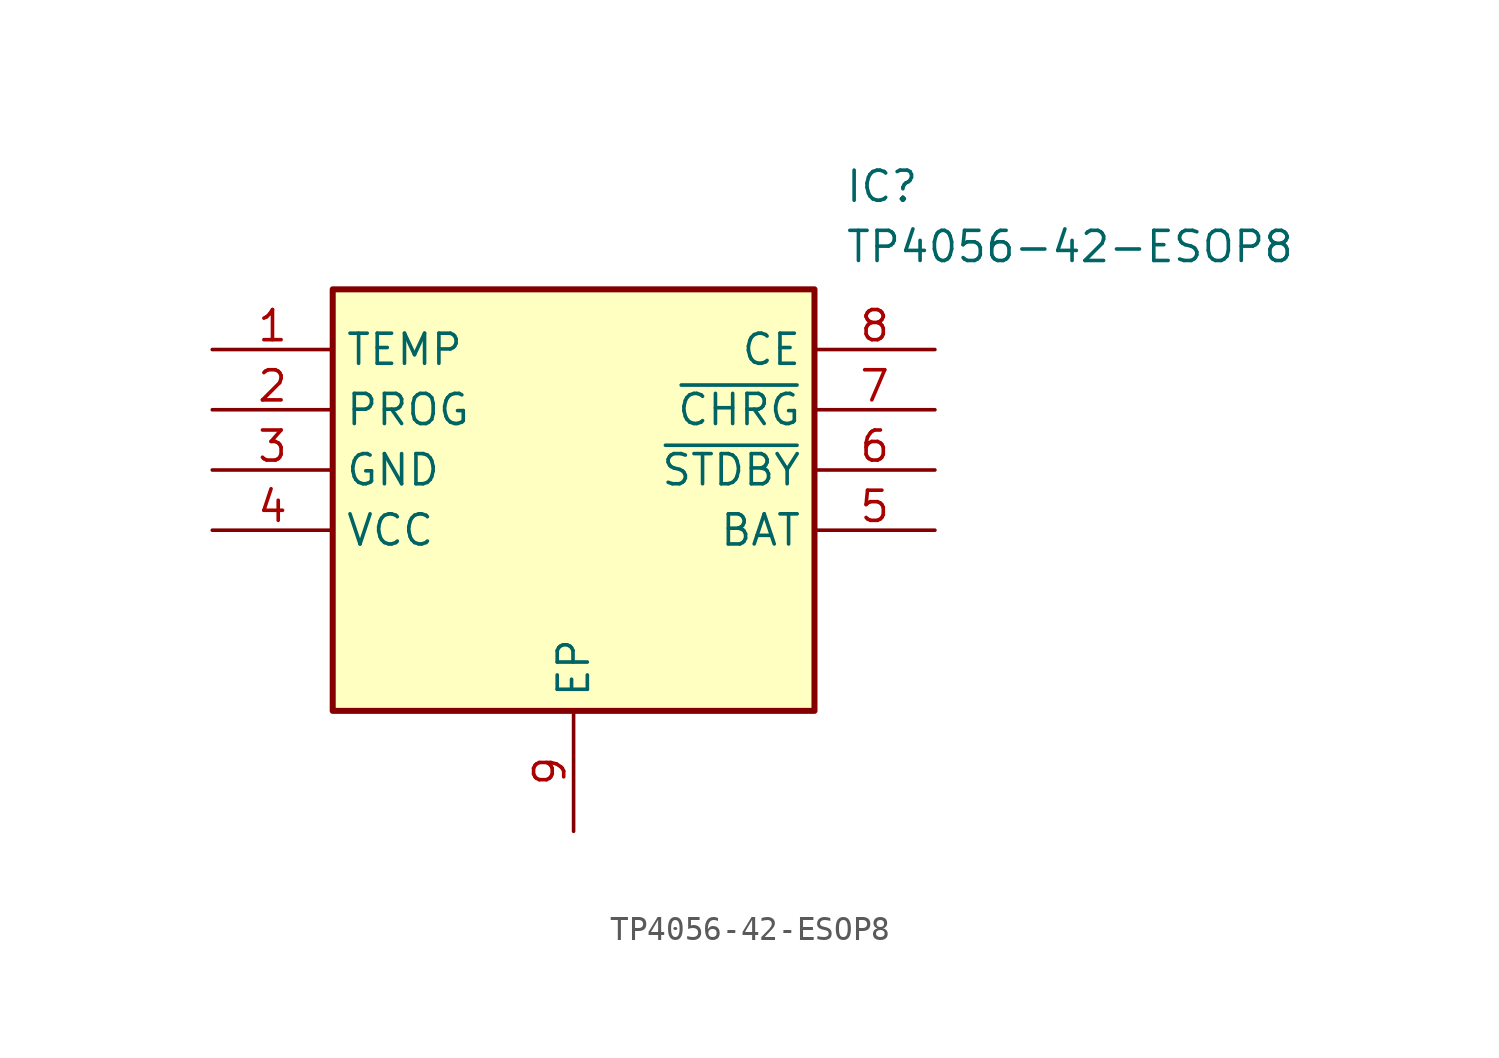
<source format=kicad_sym>
(kicad_symbol_lib
  (version 20211014)
  (generator SamacSys_ECAD_Model)
  (symbol "TP4056-42-ESOP8"
    (property "Reference" "IC"
      (at 26.67 7.62 0)
      (effects (font (size 1.27 1.27)) (justify left top)))
    (property "Value" "TP4056-42-ESOP8"
      (at 26.67 5.08 0)
      (effects (font (size 1.27 1.27)) (justify left top)))
    (rectangle
      (start 5.08 2.54)
      (end 25.4 -15.24)
      (stroke (width 0.254) (type default))
      (fill (type background)))
    (pin passive line
      (at 0 0 0)
      (length 5.08)
      (name "TEMP" (effects (font (size 1.27 1.27))))
      (number "1" (effects (font (size 1.27 1.27)))))
    (pin passive line
      (at 0 -2.54 0)
      (length 5.08)
      (name "PROG" (effects (font (size 1.27 1.27))))
      (number "2" (effects (font (size 1.27 1.27)))))
    (pin passive line
      (at 0 -5.08 0)
      (length 5.08)
      (name "GND" (effects (font (size 1.27 1.27))))
      (number "3" (effects (font (size 1.27 1.27)))))
    (pin passive line
      (at 0 -7.62 0)
      (length 5.08)
      (name "VCC" (effects (font (size 1.27 1.27))))
      (number "4" (effects (font (size 1.27 1.27)))))
    (pin passive line
      (at 15.24 -20.32 90)
      (length 5.08)
      (name "EP" (effects (font (size 1.27 1.27))))
      (number "9" (effects (font (size 1.27 1.27)))))
    (pin passive line
      (at 30.48 0 180)
      (length 5.08)
      (name "CE" (effects (font (size 1.27 1.27))))
      (number "8" (effects (font (size 1.27 1.27)))))
    (pin passive line
      (at 30.48 -2.54 180)
      (length 5.08)
      (name "~{CHRG}" (effects (font (size 1.27 1.27))))
      (number "7" (effects (font (size 1.27 1.27)))))
    (pin passive line
      (at 30.48 -5.08 180)
      (length 5.08)
      (name "~{STDBY}" (effects (font (size 1.27 1.27))))
      (number "6" (effects (font (size 1.27 1.27)))))
    (pin passive line
      (at 30.48 -7.62 180)
      (length 5.08)
      (name "BAT" (effects (font (size 1.27 1.27))))
      (number "5" (effects (font (size 1.27 1.27)))))))
</source>
